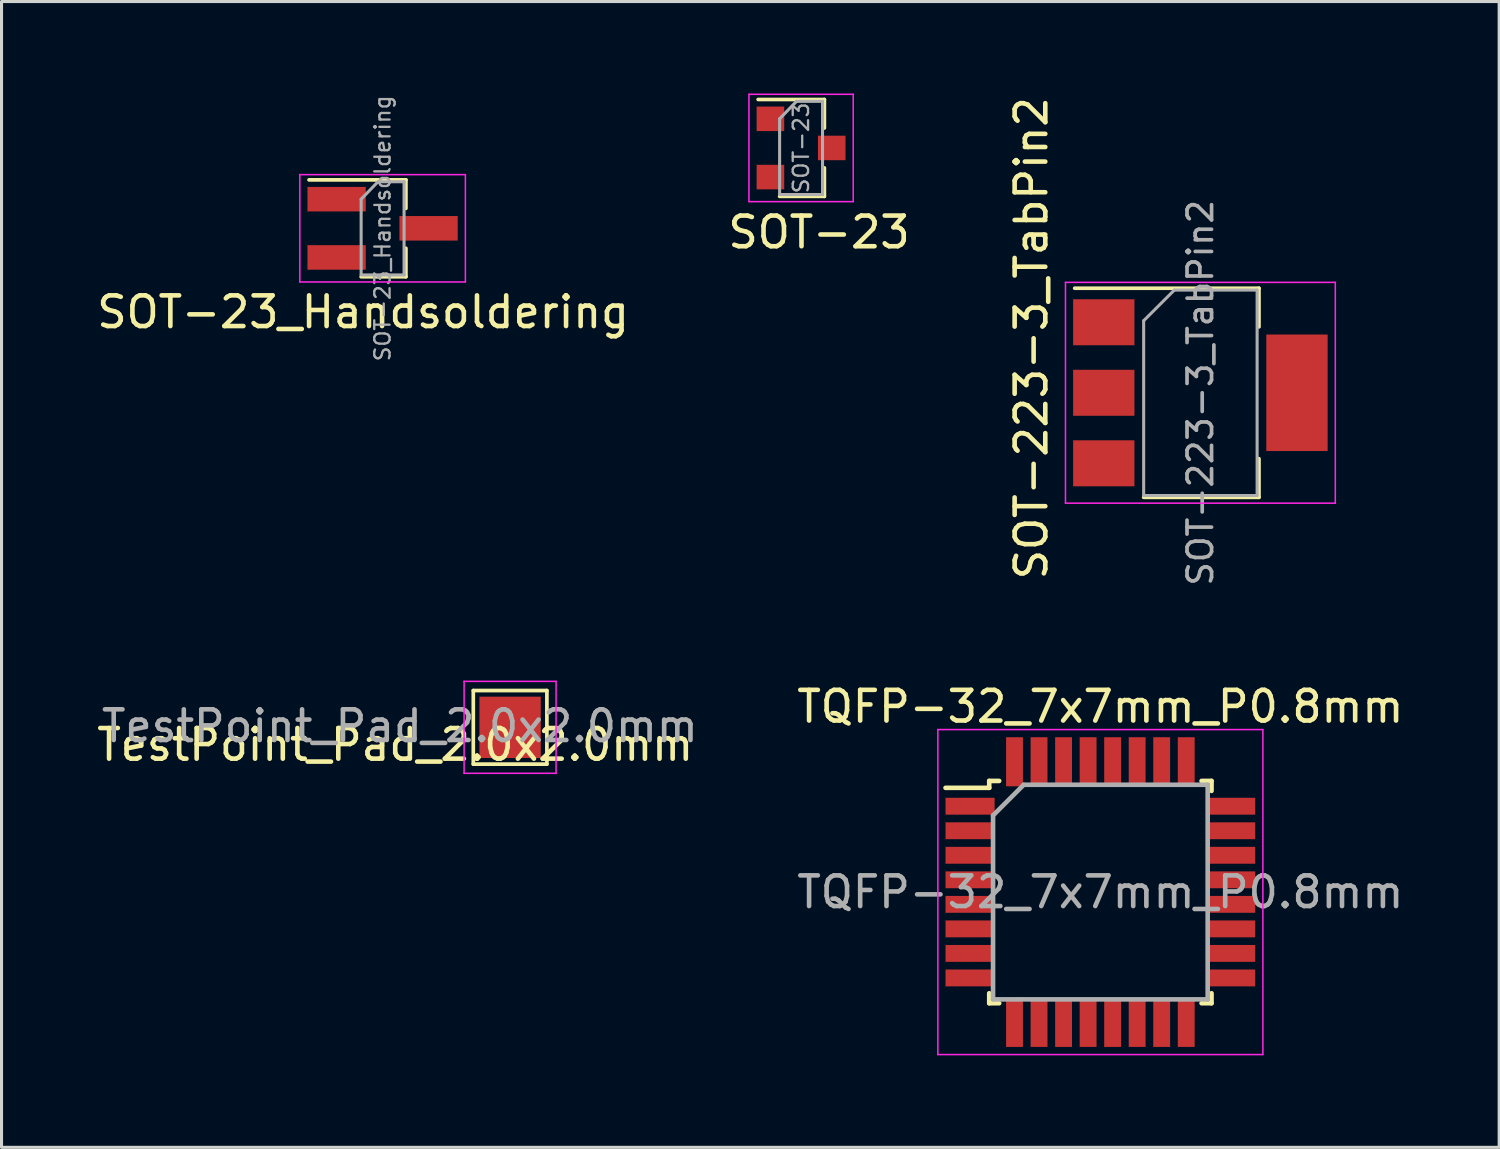
<source format=kicad_pcb>
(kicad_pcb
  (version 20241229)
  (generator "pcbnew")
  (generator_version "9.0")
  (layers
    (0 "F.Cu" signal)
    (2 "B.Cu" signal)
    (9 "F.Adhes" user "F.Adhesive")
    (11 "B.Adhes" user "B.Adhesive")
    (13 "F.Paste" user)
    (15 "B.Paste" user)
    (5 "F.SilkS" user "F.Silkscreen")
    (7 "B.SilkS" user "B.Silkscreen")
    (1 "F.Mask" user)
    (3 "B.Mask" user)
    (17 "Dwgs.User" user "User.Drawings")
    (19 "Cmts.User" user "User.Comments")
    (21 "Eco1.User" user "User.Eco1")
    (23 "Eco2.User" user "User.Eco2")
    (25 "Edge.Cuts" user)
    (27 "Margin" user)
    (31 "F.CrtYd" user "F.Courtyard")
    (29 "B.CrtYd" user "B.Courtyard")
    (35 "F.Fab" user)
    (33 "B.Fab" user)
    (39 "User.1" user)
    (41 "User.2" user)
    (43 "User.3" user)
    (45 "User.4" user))
  (footprint "SOT-23"
    (layer "F.Cu")
    (at 23.076 1.775)
    (property "Reference" "SOT-23" (at 0.585 2.75 0) (layer "F.SilkS") (effects (font (size 1 1) (thickness 0.15))))
    (attr smd)
    (fp_line (start 0.76 -1.58) (end -1.4 -1.58) (stroke (width 0.12) (type solid)) (layer "F.SilkS"))
    (fp_line (start 0.76 -1.58) (end 0.76 -0.65) (stroke (width 0.12) (type solid)) (layer "F.SilkS"))
    (fp_line (start 0.76 1.58) (end -0.7 1.58) (stroke (width 0.12) (type solid)) (layer "F.SilkS"))
    (fp_line (start 0.76 1.58) (end 0.76 0.65) (stroke (width 0.12) (type solid)) (layer "F.SilkS"))
    (fp_line (start -1.7 -1.75) (end 1.7 -1.75) (stroke (width 0.05) (type solid)) (layer "F.CrtYd"))
    (fp_line (start -1.7 1.75) (end -1.7 -1.75) (stroke (width 0.05) (type solid)) (layer "F.CrtYd"))
    (fp_line (start 1.7 -1.75) (end 1.7 1.75) (stroke (width 0.05) (type solid)) (layer "F.CrtYd"))
    (fp_line (start 1.7 1.75) (end -1.7 1.75) (stroke (width 0.05) (type solid)) (layer "F.CrtYd"))
    (fp_line (start -0.7 -0.95) (end -0.7 1.5) (stroke (width 0.1) (type solid)) (layer "F.Fab"))
    (fp_line (start -0.7 -0.95) (end -0.15 -1.52) (stroke (width 0.1) (type solid)) (layer "F.Fab"))
    (fp_line (start -0.7 1.52) (end 0.7 1.52) (stroke (width 0.1) (type solid)) (layer "F.Fab"))
    (fp_line (start -0.15 -1.52) (end 0.7 -1.52) (stroke (width 0.1) (type solid)) (layer "F.Fab"))
    (fp_line (start 0.7 -1.52) (end 0.7 1.52) (stroke (width 0.1) (type solid)) (layer "F.Fab"))
    (fp_text user "${REFERENCE}" (at 0 0 90) (layer "F.Fab") (effects (font (size 0.5 0.5) (thickness 0.075))))
    (pad "1" smd rect (at -1 -0.95) (size 0.9 0.8) (layers "F.Cu" "F.Mask" "F.Paste"))
    (pad "2" smd rect (at -1 0.95) (size 0.9 0.8) (layers "F.Cu" "F.Mask" "F.Paste"))
    (pad "3" smd rect (at 1 0) (size 0.9 0.8) (layers "F.Cu" "F.Mask" "F.Paste")))
  (footprint "TestPoint_Pad_2.0x2.0mm"
    (layer "F.Cu")
    (at 13.586 20.671)
    (property "Reference" "TestPoint_Pad_2.0x2.0mm" (at -3.746 0.567 180) (layer "F.SilkS") (effects (font (size 1 1) (thickness 0.15))))
    (attr exclude_from_pos_files exclude_from_bom)
    (fp_line (start -1.2 -1.2) (end 1.2 -1.2) (stroke (width 0.12) (type solid)) (layer "F.SilkS"))
    (fp_line (start -1.2 1.2) (end -1.2 -1.2) (stroke (width 0.12) (type solid)) (layer "F.SilkS"))
    (fp_line (start 1.2 -1.2) (end 1.2 1.2) (stroke (width 0.12) (type solid)) (layer "F.SilkS"))
    (fp_line (start 1.2 1.2) (end -1.2 1.2) (stroke (width 0.12) (type solid)) (layer "F.SilkS"))
    (fp_line (start -1.5 -1.5) (end -1.5 1.5) (stroke (width 0.05) (type solid)) (layer "F.CrtYd"))
    (fp_line (start -1.5 -1.5) (end 1.5 -1.5) (stroke (width 0.05) (type solid)) (layer "F.CrtYd"))
    (fp_line (start 1.5 1.5) (end -1.5 1.5) (stroke (width 0.05) (type solid)) (layer "F.CrtYd"))
    (fp_line (start 1.5 1.5) (end 1.5 -1.5) (stroke (width 0.05) (type solid)) (layer "F.CrtYd"))
    (fp_text user "${REFERENCE}" (at -3.594 -0.042 180) (layer "F.Fab") (effects (font (size 1 1) (thickness 0.15))))
    (pad "1" smd rect (at 0 0) (size 2 2) (layers "F.Cu" "F.Mask")))
  (footprint "TQFP-32_7x7mm_P0.8mm"
    (layer "F.Cu")
    (at 32.837 26.044)
    (property "Reference" "TQFP-32_7x7mm_P0.8mm" (at 0 -6.05 180) (layer "F.SilkS") (effects (font (size 1 1) (thickness 0.15))))
    (attr smd)
    (fp_line (start -3.625 -3.625) (end -3.625 -3.4) (stroke (width 0.15) (type solid)) (layer "F.SilkS"))
    (fp_line (start -3.625 -3.625) (end -3.3 -3.625) (stroke (width 0.15) (type solid)) (layer "F.SilkS"))
    (fp_line (start -3.625 -3.4) (end -5.05 -3.4) (stroke (width 0.15) (type solid)) (layer "F.SilkS"))
    (fp_line (start -3.625 3.625) (end -3.625 3.3) (stroke (width 0.15) (type solid)) (layer "F.SilkS"))
    (fp_line (start -3.625 3.625) (end -3.3 3.625) (stroke (width 0.15) (type solid)) (layer "F.SilkS"))
    (fp_line (start 3.625 -3.625) (end 3.3 -3.625) (stroke (width 0.15) (type solid)) (layer "F.SilkS"))
    (fp_line (start 3.625 -3.625) (end 3.625 -3.3) (stroke (width 0.15) (type solid)) (layer "F.SilkS"))
    (fp_line (start 3.625 3.625) (end 3.3 3.625) (stroke (width 0.15) (type solid)) (layer "F.SilkS"))
    (fp_line (start 3.625 3.625) (end 3.625 3.3) (stroke (width 0.15) (type solid)) (layer "F.SilkS"))
    (fp_line (start -5.3 -5.3) (end -5.3 5.3) (stroke (width 0.05) (type solid)) (layer "F.CrtYd"))
    (fp_line (start -5.3 -5.3) (end 5.3 -5.3) (stroke (width 0.05) (type solid)) (layer "F.CrtYd"))
    (fp_line (start -5.3 5.3) (end 5.3 5.3) (stroke (width 0.05) (type solid)) (layer "F.CrtYd"))
    (fp_line (start 5.3 -5.3) (end 5.3 5.3) (stroke (width 0.05) (type solid)) (layer "F.CrtYd"))
    (fp_line (start -3.5 -2.5) (end -2.5 -3.5) (stroke (width 0.15) (type solid)) (layer "F.Fab"))
    (fp_line (start -3.5 3.5) (end -3.5 -2.5) (stroke (width 0.15) (type solid)) (layer "F.Fab"))
    (fp_line (start -2.5 -3.5) (end 3.5 -3.5) (stroke (width 0.15) (type solid)) (layer "F.Fab"))
    (fp_line (start 3.5 -3.5) (end 3.5 3.5) (stroke (width 0.15) (type solid)) (layer "F.Fab"))
    (fp_line (start 3.5 3.5) (end -3.5 3.5) (stroke (width 0.15) (type solid)) (layer "F.Fab"))
    (fp_text user "${REFERENCE}" (at 0 0 180) (layer "F.Fab") (effects (font (size 1 1) (thickness 0.15))))
    (pad "1" smd rect (at -4.25 -2.8) (size 1.6 0.55) (layers "F.Cu" "F.Mask" "F.Paste"))
    (pad "2" smd rect (at -4.25 -2) (size 1.6 0.55) (layers "F.Cu" "F.Mask" "F.Paste"))
    (pad "3" smd rect (at -4.25 -1.2) (size 1.6 0.55) (layers "F.Cu" "F.Mask" "F.Paste"))
    (pad "4" smd rect (at -4.25 -0.4) (size 1.6 0.55) (layers "F.Cu" "F.Mask" "F.Paste"))
    (pad "5" smd rect (at -4.25 0.4) (size 1.6 0.55) (layers "F.Cu" "F.Mask" "F.Paste"))
    (pad "6" smd rect (at -4.25 1.2) (size 1.6 0.55) (layers "F.Cu" "F.Mask" "F.Paste"))
    (pad "7" smd rect (at -4.25 2) (size 1.6 0.55) (layers "F.Cu" "F.Mask" "F.Paste"))
    (pad "8" smd rect (at -4.25 2.8) (size 1.6 0.55) (layers "F.Cu" "F.Mask" "F.Paste"))
    (pad "9" smd rect (at -2.8 4.25 90) (size 1.6 0.55) (layers "F.Cu" "F.Mask" "F.Paste"))
    (pad "10" smd rect (at -2 4.25 90) (size 1.6 0.55) (layers "F.Cu" "F.Mask" "F.Paste"))
    (pad "11" smd rect (at -1.2 4.25 90) (size 1.6 0.55) (layers "F.Cu" "F.Mask" "F.Paste"))
    (pad "12" smd rect (at -0.4 4.25 90) (size 1.6 0.55) (layers "F.Cu" "F.Mask" "F.Paste"))
    (pad "13" smd rect (at 0.4 4.25 90) (size 1.6 0.55) (layers "F.Cu" "F.Mask" "F.Paste"))
    (pad "14" smd rect (at 1.2 4.25 90) (size 1.6 0.55) (layers "F.Cu" "F.Mask" "F.Paste"))
    (pad "15" smd rect (at 2 4.25 90) (size 1.6 0.55) (layers "F.Cu" "F.Mask" "F.Paste"))
    (pad "16" smd rect (at 2.8 4.25 90) (size 1.6 0.55) (layers "F.Cu" "F.Mask" "F.Paste"))
    (pad "17" smd rect (at 4.25 2.8) (size 1.6 0.55) (layers "F.Cu" "F.Mask" "F.Paste"))
    (pad "18" smd rect (at 4.25 2) (size 1.6 0.55) (layers "F.Cu" "F.Mask" "F.Paste"))
    (pad "19" smd rect (at 4.25 1.2) (size 1.6 0.55) (layers "F.Cu" "F.Mask" "F.Paste"))
    (pad "20" smd rect (at 4.25 0.4) (size 1.6 0.55) (layers "F.Cu" "F.Mask" "F.Paste"))
    (pad "21" smd rect (at 4.25 -0.4) (size 1.6 0.55) (layers "F.Cu" "F.Mask" "F.Paste"))
    (pad "22" smd rect (at 4.25 -1.2) (size 1.6 0.55) (layers "F.Cu" "F.Mask" "F.Paste"))
    (pad "23" smd rect (at 4.25 -2) (size 1.6 0.55) (layers "F.Cu" "F.Mask" "F.Paste"))
    (pad "24" smd rect (at 4.25 -2.8) (size 1.6 0.55) (layers "F.Cu" "F.Mask" "F.Paste"))
    (pad "25" smd rect (at 2.8 -4.25 90) (size 1.6 0.55) (layers "F.Cu" "F.Mask" "F.Paste"))
    (pad "26" smd rect (at 2 -4.25 90) (size 1.6 0.55) (layers "F.Cu" "F.Mask" "F.Paste"))
    (pad "27" smd rect (at 1.2 -4.25 90) (size 1.6 0.55) (layers "F.Cu" "F.Mask" "F.Paste"))
    (pad "28" smd rect (at 0.4 -4.25 90) (size 1.6 0.55) (layers "F.Cu" "F.Mask" "F.Paste"))
    (pad "29" smd rect (at -0.4 -4.25 90) (size 1.6 0.55) (layers "F.Cu" "F.Mask" "F.Paste"))
    (pad "30" smd rect (at -1.2 -4.25 90) (size 1.6 0.55) (layers "F.Cu" "F.Mask" "F.Paste"))
    (pad "31" smd rect (at -2 -4.25 90) (size 1.6 0.55) (layers "F.Cu" "F.Mask" "F.Paste"))
    (pad "32" smd rect (at -2.8 -4.25 90) (size 1.6 0.55) (layers "F.Cu" "F.Mask" "F.Paste")))
  (footprint "SOT-223-3_TabPin2"
    (layer "F.Cu")
    (at 36.099 9.76)
    (property "Reference" "SOT-223-3_TabPin2" (at -5.513 -1.778 90) (layer "F.SilkS") (effects (font (size 1 1) (thickness 0.15))))
    (attr smd)
    (fp_line (start -4.1 -3.41) (end 1.91 -3.41) (stroke (width 0.12) (type solid)) (layer "F.SilkS"))
    (fp_line (start -1.85 3.41) (end 1.91 3.41) (stroke (width 0.12) (type solid)) (layer "F.SilkS"))
    (fp_line (start 1.91 -3.41) (end 1.91 -2.15) (stroke (width 0.12) (type solid)) (layer "F.SilkS"))
    (fp_line (start 1.91 3.41) (end 1.91 2.15) (stroke (width 0.12) (type solid)) (layer "F.SilkS"))
    (fp_line (start -4.4 -3.6) (end -4.4 3.6) (stroke (width 0.05) (type solid)) (layer "F.CrtYd"))
    (fp_line (start -4.4 3.6) (end 4.4 3.6) (stroke (width 0.05) (type solid)) (layer "F.CrtYd"))
    (fp_line (start 4.4 -3.6) (end -4.4 -3.6) (stroke (width 0.05) (type solid)) (layer "F.CrtYd"))
    (fp_line (start 4.4 3.6) (end 4.4 -3.6) (stroke (width 0.05) (type solid)) (layer "F.CrtYd"))
    (fp_line (start -1.85 -2.35) (end -1.85 3.35) (stroke (width 0.1) (type solid)) (layer "F.Fab"))
    (fp_line (start -1.85 -2.35) (end -0.85 -3.35) (stroke (width 0.1) (type solid)) (layer "F.Fab"))
    (fp_line (start -1.85 3.35) (end 1.85 3.35) (stroke (width 0.1) (type solid)) (layer "F.Fab"))
    (fp_line (start -0.85 -3.35) (end 1.85 -3.35) (stroke (width 0.1) (type solid)) (layer "F.Fab"))
    (fp_line (start 1.85 -3.35) (end 1.85 3.35) (stroke (width 0.1) (type solid)) (layer "F.Fab"))
    (fp_text user "${REFERENCE}" (at 0 0 270) (layer "F.Fab") (effects (font (size 0.8 0.8) (thickness 0.12))))
    (pad "1" smd rect (at -3.15 -2.3) (size 2 1.5) (layers "F.Cu" "F.Mask" "F.Paste"))
    (pad "2" smd rect (at -3.15 0) (size 2 1.5) (layers "F.Cu" "F.Mask" "F.Paste"))
    (pad "2" smd rect (at 3.15 0) (size 2 3.8) (layers "F.Cu" "F.Mask" "F.Paste"))
    (pad "3" smd rect (at -3.15 2.3) (size 2 1.5) (layers "F.Cu" "F.Mask" "F.Paste")))
  (footprint "SOT-23_Handsoldering"
    (layer "F.Cu")
    (at 9.428 4.396)
    (property "Reference" "SOT-23_Handsoldering" (at -0.636 2.732 0) (layer "F.SilkS") (effects (font (size 1 1) (thickness 0.15))))
    (attr smd)
    (fp_line (start 0.76 -1.58) (end -2.4 -1.58) (stroke (width 0.12) (type solid)) (layer "F.SilkS"))
    (fp_line (start 0.76 -1.58) (end 0.76 -0.65) (stroke (width 0.12) (type solid)) (layer "F.SilkS"))
    (fp_line (start 0.76 1.58) (end -0.7 1.58) (stroke (width 0.12) (type solid)) (layer "F.SilkS"))
    (fp_line (start 0.76 1.58) (end 0.76 0.65) (stroke (width 0.12) (type solid)) (layer "F.SilkS"))
    (fp_line (start -2.7 -1.75) (end 2.7 -1.75) (stroke (width 0.05) (type solid)) (layer "F.CrtYd"))
    (fp_line (start -2.7 1.75) (end -2.7 -1.75) (stroke (width 0.05) (type solid)) (layer "F.CrtYd"))
    (fp_line (start 2.7 -1.75) (end 2.7 1.75) (stroke (width 0.05) (type solid)) (layer "F.CrtYd"))
    (fp_line (start 2.7 1.75) (end -2.7 1.75) (stroke (width 0.05) (type solid)) (layer "F.CrtYd"))
    (fp_line (start -0.7 -0.95) (end -0.7 1.5) (stroke (width 0.1) (type solid)) (layer "F.Fab"))
    (fp_line (start -0.7 -0.95) (end -0.15 -1.52) (stroke (width 0.1) (type solid)) (layer "F.Fab"))
    (fp_line (start -0.7 1.52) (end 0.7 1.52) (stroke (width 0.1) (type solid)) (layer "F.Fab"))
    (fp_line (start -0.15 -1.52) (end 0.7 -1.52) (stroke (width 0.1) (type solid)) (layer "F.Fab"))
    (fp_line (start 0.7 -1.52) (end 0.7 1.52) (stroke (width 0.1) (type solid)) (layer "F.Fab"))
    (fp_text user "${REFERENCE}" (at 0 0 270) (layer "F.Fab") (effects (font (size 0.5 0.5) (thickness 0.075))))
    (pad "1" smd rect (at -1.5 -0.95) (size 1.9 0.8) (layers "F.Cu" "F.Mask" "F.Paste"))
    (pad "2" smd rect (at -1.5 0.95) (size 1.9 0.8) (layers "F.Cu" "F.Mask" "F.Paste"))
    (pad "3" smd rect (at 1.5 0) (size 1.9 0.8) (layers "F.Cu" "F.Mask" "F.Paste")))
  (gr_rect
    (start -3 -3)
    (end 45.843 34.369)
    (stroke (width 0.1) (type default))
    (fill no)
    (layer "Edge.Cuts")))
</source>
